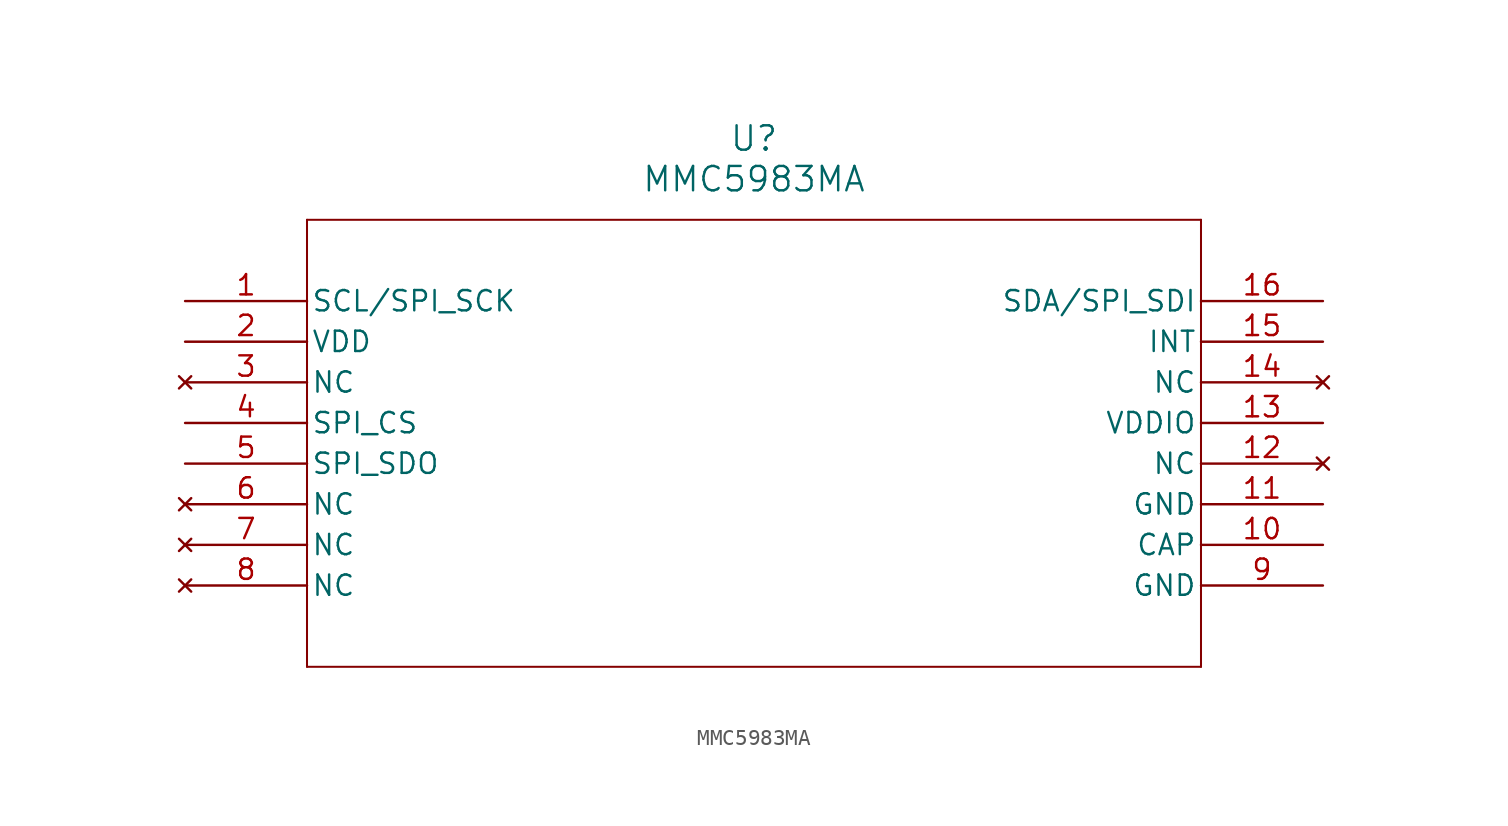
<source format=kicad_sym>
(kicad_symbol_lib
  (version 20211014)
  (generator kicad_symbol_editor)
  (symbol "MMC5983MA"
    (pin_names
      (offset 0.254))
    (property "Reference" "U"
      (at 35.56 10.16 0)
      (effects (font (size 1.524 1.524))))
    (property "Value" "MMC5983MA"
      (at 35.56 7.62 0)
      (effects (font (size 1.524 1.524))))
    (symbol "MMC5983MA_0_1"
      (polyline (pts (xy 7.62 5.08) (xy 7.62 -22.86)) (stroke (width 0.127) (type default) (color 0 0 0 0)) (fill (type none)))
      (polyline (pts (xy 7.62 -22.86) (xy 63.5 -22.86)) (stroke (width 0.127) (type default) (color 0 0 0 0)) (fill (type none)))
      (polyline (pts (xy 63.5 -22.86) (xy 63.5 5.08)) (stroke (width 0.127) (type default) (color 0 0 0 0)) (fill (type none)))
      (polyline (pts (xy 63.5 5.08) (xy 7.62 5.08)) (stroke (width 0.127) (type default) (color 0 0 0 0)) (fill (type none)))
      (pin input line (at 0 0 0) (length 7.62) (name "SCL/SPI_SCK" (effects (font (size 1.27 1.27)))) (number "1" (effects (font (size 1.27 1.27)))))
      (pin power_in line (at 0 -2.54 0) (length 7.62) (name "VDD" (effects (font (size 1.27 1.27)))) (number "2" (effects (font (size 1.27 1.27)))))
      (pin no_connect line (at 0 -5.08 0) (length 7.62) (name "NC" (effects (font (size 1.27 1.27)))) (number "3" (effects (font (size 1.27 1.27)))))
      (pin input line (at 0 -7.62 0) (length 7.62) (name "SPI_CS" (effects (font (size 1.27 1.27)))) (number "4" (effects (font (size 1.27 1.27)))))
      (pin output line (at 0 -10.16 0) (length 7.62) (name "SPI_SDO" (effects (font (size 1.27 1.27)))) (number "5" (effects (font (size 1.27 1.27)))))
      (pin no_connect line (at 0 -12.7 0) (length 7.62) (name "NC" (effects (font (size 1.27 1.27)))) (number "6" (effects (font (size 1.27 1.27)))))
      (pin no_connect line (at 0 -15.24 0) (length 7.62) (name "NC" (effects (font (size 1.27 1.27)))) (number "7" (effects (font (size 1.27 1.27)))))
      (pin no_connect line (at 0 -17.78 0) (length 7.62) (name "NC" (effects (font (size 1.27 1.27)))) (number "8" (effects (font (size 1.27 1.27)))))
      (pin power_out line (at 71.12 -17.78 180) (length 7.62) (name "GND" (effects (font (size 1.27 1.27)))) (number "9" (effects (font (size 1.27 1.27)))))
      (pin power_in line (at 71.12 -15.24 180) (length 7.62) (name "CAP" (effects (font (size 1.27 1.27)))) (number "10" (effects (font (size 1.27 1.27)))))
      (pin power_out line (at 71.12 -12.7 180) (length 7.62) (name "GND" (effects (font (size 1.27 1.27)))) (number "11" (effects (font (size 1.27 1.27)))))
      (pin no_connect line (at 71.12 -10.16 180) (length 7.62) (name "NC" (effects (font (size 1.27 1.27)))) (number "12" (effects (font (size 1.27 1.27)))))
      (pin power_in line (at 71.12 -7.62 180) (length 7.62) (name "VDDIO" (effects (font (size 1.27 1.27)))) (number "13" (effects (font (size 1.27 1.27)))))
      (pin no_connect line (at 71.12 -5.08 180) (length 7.62) (name "NC" (effects (font (size 1.27 1.27)))) (number "14" (effects (font (size 1.27 1.27)))))
      (pin output line (at 71.12 -2.54 180) (length 7.62) (name "INT" (effects (font (size 1.27 1.27)))) (number "15" (effects (font (size 1.27 1.27)))))
      (pin bidirectional line (at 71.12 0 180) (length 7.62) (name "SDA/SPI_SDI" (effects (font (size 1.27 1.27)))) (number "16" (effects (font (size 1.27 1.27))))))))
</source>
